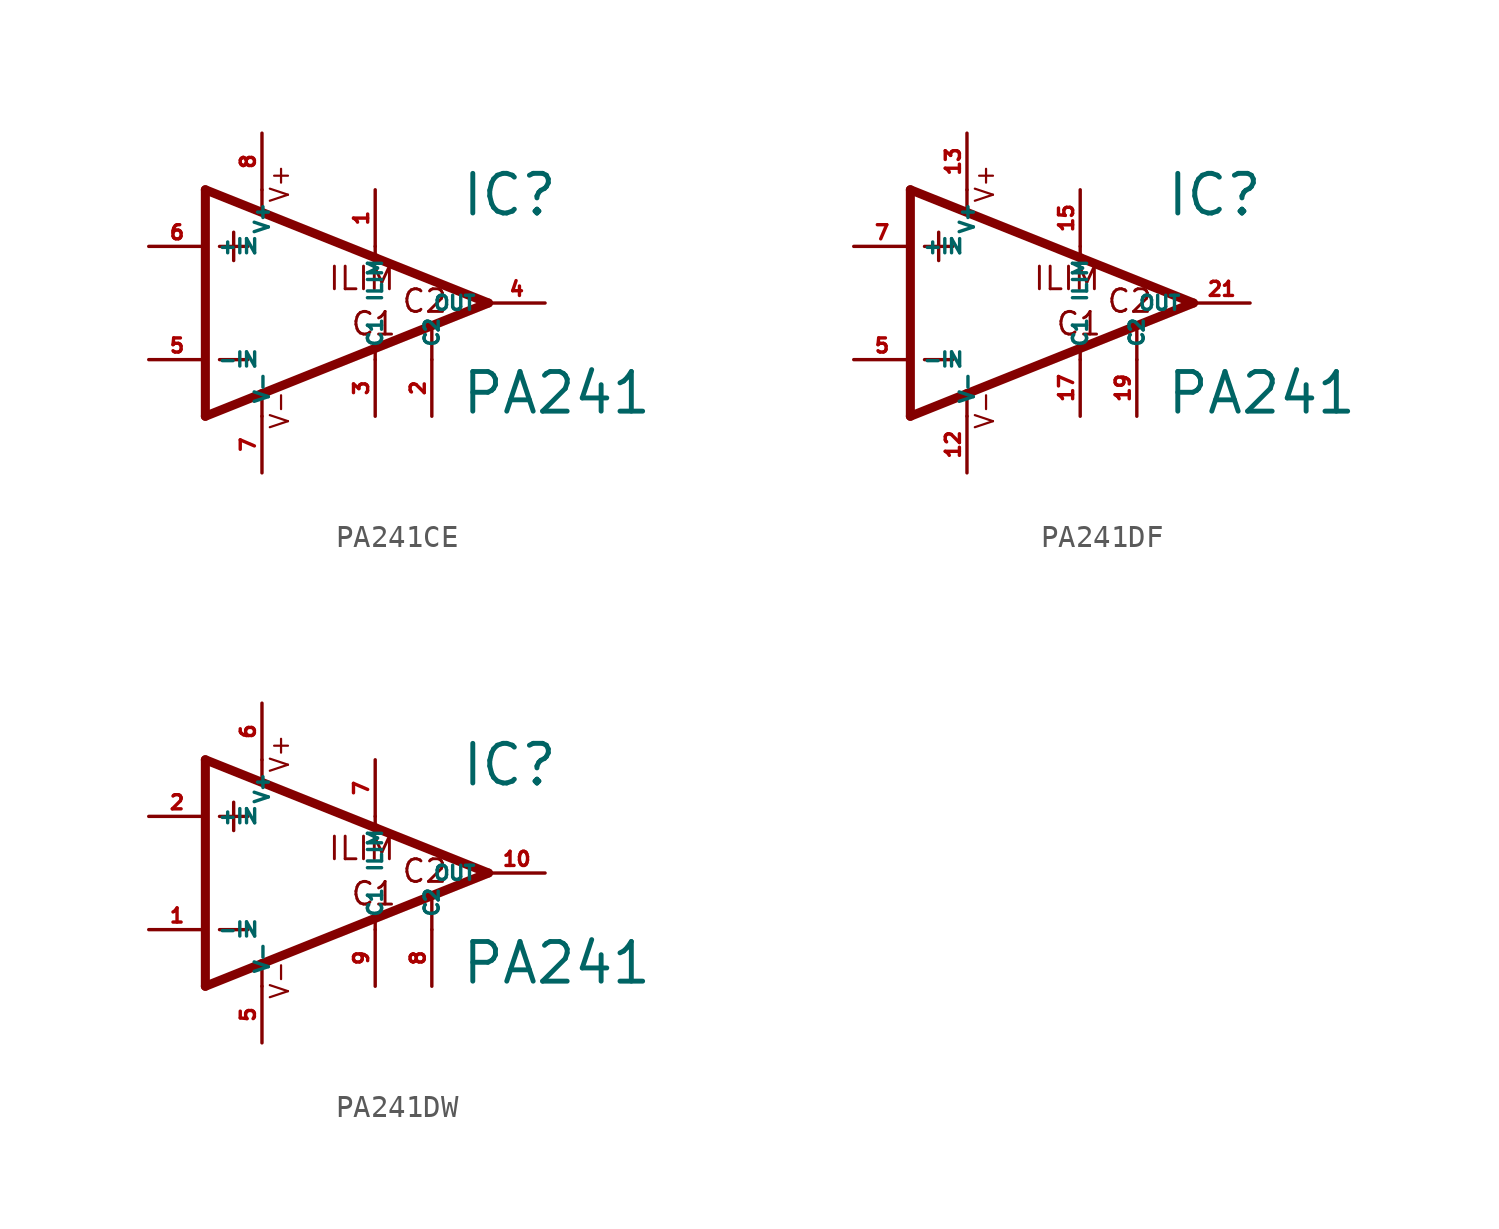
<source format=kicad_sym>
(kicad_symbol_lib
  (version 20220914)
  (generator Eagle2Kicad)
  (symbol "PA241CE"
    (property "Reference" "IC"
      (at 6.35 3.81 0)
      (effects (font (size 1.778 1.778) (thickness 0.22)) (justify left bottom)))
    (property "Value" "PA241"
      (at 6.35 -5.08 0)
      (effects (font (size 1.778 1.778) (thickness 0.22)) (justify left bottom)))
    (polyline
      (pts (xy -5.08 5.08) (xy -5.08 -5.08))
      (stroke (width 0.406) (type default))
      (fill (type none)))
    (polyline
      (pts (xy -5.08 -5.08) (xy -2.54 -4.064))
      (stroke (width 0.406) (type default))
      (fill (type none)))
    (polyline
      (pts (xy -2.54 -4.064) (xy 7.62 0))
      (stroke (width 0.406) (type default))
      (fill (type none)))
    (polyline
      (pts (xy 7.62 0) (xy 2.54 2.032))
      (stroke (width 0.406) (type default))
      (fill (type none)))
    (polyline
      (pts (xy 2.54 2.032) (xy -5.08 5.08))
      (stroke (width 0.406) (type default))
      (fill (type none)))
    (polyline
      (pts (xy -3.81 3.175) (xy -3.81 1.905))
      (stroke (width 0.152) (type default))
      (fill (type none)))
    (polyline
      (pts (xy -4.445 2.54) (xy -3.175 2.54))
      (stroke (width 0.152) (type default))
      (fill (type none)))
    (polyline
      (pts (xy -4.445 -2.54) (xy -3.175 -2.54))
      (stroke (width 0.152) (type default))
      (fill (type none)))
    (polyline
      (pts (xy 2.54 -2.159) (xy 2.54 -2.54))
      (stroke (width 0.152) (type default))
      (fill (type none)))
    (polyline
      (pts (xy -2.54 -5.08) (xy -2.54 -4.064))
      (stroke (width 0.152) (type default))
      (fill (type none)))
    (polyline
      (pts (xy 5.08 -2.54) (xy 5.08 -1.143))
      (stroke (width 0.152) (type default))
      (fill (type none)))
    (polyline
      (pts (xy 2.54 2.54) (xy 2.54 2.032))
      (stroke (width 0.152) (type default))
      (fill (type none)))
    (polyline
      (pts (xy -2.54 5.08) (xy -2.54 4.191))
      (stroke (width 0.152) (type default))
      (fill (type none)))
    (text "V+"
      (at -1.27 4.445 900)
      (effects (font (size 0.813 0.813) (thickness 0.10)) (justify left bottom)))
    (text "V-"
      (at -1.27 -5.715 900)
      (effects (font (size 0.813 0.813) (thickness 0.10)) (justify left bottom)))
    (text "ILIM"
      (at 0.381 0.508 0)
      (effects (font (size 1.016 1.016) (thickness 0.13)) (justify left bottom)))
    (text "C1"
      (at 1.397 -1.524 0)
      (effects (font (size 1.016 1.016) (thickness 0.13)) (justify left bottom)))
    (text "C2"
      (at 3.683 -0.508 0)
      (effects (font (size 1.016 1.016) (thickness 0.13)) (justify left bottom)))
    (pin input line
      (at -7.62 -2.54 0)
      (length 2.54)
      (name "-IN" (effects (font (size 0.635 0.635) (thickness 0.08)) (justify left bottom)))
      (number "5" (effects (font (size 0.635 0.635) (thickness 0.08)) (justify left bottom))))
    (pin input line
      (at -7.62 2.54 0)
      (length 2.54)
      (name "+IN" (effects (font (size 0.635 0.635) (thickness 0.08)) (justify left bottom)))
      (number "6" (effects (font (size 0.635 0.635) (thickness 0.08)) (justify left bottom))))
    (pin output line
      (at 10.16 0 180)
      (length 2.54)
      (name "OUT" (effects (font (size 0.635 0.635) (thickness 0.08)) (justify left bottom)))
      (number "4" (effects (font (size 0.635 0.635) (thickness 0.08)) (justify left bottom))))
    (pin unspecified line
      (at -2.54 7.62 270)
      (length 2.54)
      (name "V+" (effects (font (size 0.635 0.635) (thickness 0.08)) (justify left bottom)))
      (number "8" (effects (font (size 0.635 0.635) (thickness 0.08)) (justify left bottom))))
    (pin unspecified line
      (at -2.54 -7.62 90)
      (length 2.54)
      (name "V-" (effects (font (size 0.635 0.635) (thickness 0.08)) (justify left bottom)))
      (number "7" (effects (font (size 0.635 0.635) (thickness 0.08)) (justify left bottom))))
    (pin passive line
      (at 2.54 5.08 270)
      (length 2.54)
      (name "ILIM" (effects (font (size 0.635 0.635) (thickness 0.08)) (justify left bottom)))
      (number "1" (effects (font (size 0.635 0.635) (thickness 0.08)) (justify left bottom))))
    (pin passive line
      (at 2.54 -5.08 90)
      (length 2.54)
      (name "C1" (effects (font (size 0.635 0.635) (thickness 0.08)) (justify left bottom)))
      (number "3" (effects (font (size 0.635 0.635) (thickness 0.08)) (justify left bottom))))
    (pin passive line
      (at 5.08 -5.08 90)
      (length 2.54)
      (name "C2" (effects (font (size 0.635 0.635) (thickness 0.08)) (justify left bottom)))
      (number "2" (effects (font (size 0.635 0.635) (thickness 0.08)) (justify left bottom)))))
  (symbol "PA241DF"
    (property "Reference" "IC"
      (at 6.35 3.81 0)
      (effects (font (size 1.778 1.778) (thickness 0.22)) (justify left bottom)))
    (property "Value" "PA241"
      (at 6.35 -5.08 0)
      (effects (font (size 1.778 1.778) (thickness 0.22)) (justify left bottom)))
    (polyline
      (pts (xy -5.08 5.08) (xy -5.08 -5.08))
      (stroke (width 0.406) (type default))
      (fill (type none)))
    (polyline
      (pts (xy -5.08 -5.08) (xy -2.54 -4.064))
      (stroke (width 0.406) (type default))
      (fill (type none)))
    (polyline
      (pts (xy -2.54 -4.064) (xy 7.62 0))
      (stroke (width 0.406) (type default))
      (fill (type none)))
    (polyline
      (pts (xy 7.62 0) (xy 2.54 2.032))
      (stroke (width 0.406) (type default))
      (fill (type none)))
    (polyline
      (pts (xy 2.54 2.032) (xy -5.08 5.08))
      (stroke (width 0.406) (type default))
      (fill (type none)))
    (polyline
      (pts (xy -3.81 3.175) (xy -3.81 1.905))
      (stroke (width 0.152) (type default))
      (fill (type none)))
    (polyline
      (pts (xy -4.445 2.54) (xy -3.175 2.54))
      (stroke (width 0.152) (type default))
      (fill (type none)))
    (polyline
      (pts (xy -4.445 -2.54) (xy -3.175 -2.54))
      (stroke (width 0.152) (type default))
      (fill (type none)))
    (polyline
      (pts (xy 2.54 -2.159) (xy 2.54 -2.54))
      (stroke (width 0.152) (type default))
      (fill (type none)))
    (polyline
      (pts (xy -2.54 -5.08) (xy -2.54 -4.064))
      (stroke (width 0.152) (type default))
      (fill (type none)))
    (polyline
      (pts (xy 5.08 -2.54) (xy 5.08 -1.143))
      (stroke (width 0.152) (type default))
      (fill (type none)))
    (polyline
      (pts (xy 2.54 2.54) (xy 2.54 2.032))
      (stroke (width 0.152) (type default))
      (fill (type none)))
    (polyline
      (pts (xy -2.54 5.08) (xy -2.54 4.191))
      (stroke (width 0.152) (type default))
      (fill (type none)))
    (text "V+"
      (at -1.27 4.445 900)
      (effects (font (size 0.813 0.813) (thickness 0.10)) (justify left bottom)))
    (text "V-"
      (at -1.27 -5.715 900)
      (effects (font (size 0.813 0.813) (thickness 0.10)) (justify left bottom)))
    (text "ILIM"
      (at 0.381 0.508 0)
      (effects (font (size 1.016 1.016) (thickness 0.13)) (justify left bottom)))
    (text "C1"
      (at 1.397 -1.524 0)
      (effects (font (size 1.016 1.016) (thickness 0.13)) (justify left bottom)))
    (text "C2"
      (at 3.683 -0.508 0)
      (effects (font (size 1.016 1.016) (thickness 0.13)) (justify left bottom)))
    (pin input line
      (at -7.62 -2.54 0)
      (length 2.54)
      (name "-IN" (effects (font (size 0.635 0.635) (thickness 0.08)) (justify left bottom)))
      (number "5" (effects (font (size 0.635 0.635) (thickness 0.08)) (justify left bottom))))
    (pin input line
      (at -7.62 2.54 0)
      (length 2.54)
      (name "+IN" (effects (font (size 0.635 0.635) (thickness 0.08)) (justify left bottom)))
      (number "7" (effects (font (size 0.635 0.635) (thickness 0.08)) (justify left bottom))))
    (pin output line
      (at 10.16 0 180)
      (length 2.54)
      (name "OUT" (effects (font (size 0.635 0.635) (thickness 0.08)) (justify left bottom)))
      (number "21" (effects (font (size 0.635 0.635) (thickness 0.08)) (justify left bottom))))
    (pin unspecified line
      (at -2.54 7.62 270)
      (length 2.54)
      (name "V+" (effects (font (size 0.635 0.635) (thickness 0.08)) (justify left bottom)))
      (number "13" (effects (font (size 0.635 0.635) (thickness 0.08)) (justify left bottom))))
    (pin unspecified line
      (at -2.54 -7.62 90)
      (length 2.54)
      (name "V-" (effects (font (size 0.635 0.635) (thickness 0.08)) (justify left bottom)))
      (number "12" (effects (font (size 0.635 0.635) (thickness 0.08)) (justify left bottom))))
    (pin passive line
      (at 2.54 5.08 270)
      (length 2.54)
      (name "ILIM" (effects (font (size 0.635 0.635) (thickness 0.08)) (justify left bottom)))
      (number "15" (effects (font (size 0.635 0.635) (thickness 0.08)) (justify left bottom))))
    (pin passive line
      (at 2.54 -5.08 90)
      (length 2.54)
      (name "C1" (effects (font (size 0.635 0.635) (thickness 0.08)) (justify left bottom)))
      (number "17" (effects (font (size 0.635 0.635) (thickness 0.08)) (justify left bottom))))
    (pin passive line
      (at 5.08 -5.08 90)
      (length 2.54)
      (name "C2" (effects (font (size 0.635 0.635) (thickness 0.08)) (justify left bottom)))
      (number "19" (effects (font (size 0.635 0.635) (thickness 0.08)) (justify left bottom)))))
  (symbol "PA241DW"
    (property "Reference" "IC"
      (at 6.35 3.81 0)
      (effects (font (size 1.778 1.778) (thickness 0.22)) (justify left bottom)))
    (property "Value" "PA241"
      (at 6.35 -5.08 0)
      (effects (font (size 1.778 1.778) (thickness 0.22)) (justify left bottom)))
    (polyline
      (pts (xy -5.08 5.08) (xy -5.08 -5.08))
      (stroke (width 0.406) (type default))
      (fill (type none)))
    (polyline
      (pts (xy -5.08 -5.08) (xy -2.54 -4.064))
      (stroke (width 0.406) (type default))
      (fill (type none)))
    (polyline
      (pts (xy -2.54 -4.064) (xy 7.62 0))
      (stroke (width 0.406) (type default))
      (fill (type none)))
    (polyline
      (pts (xy 7.62 0) (xy 2.54 2.032))
      (stroke (width 0.406) (type default))
      (fill (type none)))
    (polyline
      (pts (xy 2.54 2.032) (xy -5.08 5.08))
      (stroke (width 0.406) (type default))
      (fill (type none)))
    (polyline
      (pts (xy -3.81 3.175) (xy -3.81 1.905))
      (stroke (width 0.152) (type default))
      (fill (type none)))
    (polyline
      (pts (xy -4.445 2.54) (xy -3.175 2.54))
      (stroke (width 0.152) (type default))
      (fill (type none)))
    (polyline
      (pts (xy -4.445 -2.54) (xy -3.175 -2.54))
      (stroke (width 0.152) (type default))
      (fill (type none)))
    (polyline
      (pts (xy 2.54 -2.159) (xy 2.54 -2.54))
      (stroke (width 0.152) (type default))
      (fill (type none)))
    (polyline
      (pts (xy -2.54 -5.08) (xy -2.54 -4.064))
      (stroke (width 0.152) (type default))
      (fill (type none)))
    (polyline
      (pts (xy 5.08 -2.54) (xy 5.08 -1.143))
      (stroke (width 0.152) (type default))
      (fill (type none)))
    (polyline
      (pts (xy 2.54 2.54) (xy 2.54 2.032))
      (stroke (width 0.152) (type default))
      (fill (type none)))
    (polyline
      (pts (xy -2.54 5.08) (xy -2.54 4.191))
      (stroke (width 0.152) (type default))
      (fill (type none)))
    (text "V+"
      (at -1.27 4.445 900)
      (effects (font (size 0.813 0.813) (thickness 0.10)) (justify left bottom)))
    (text "V-"
      (at -1.27 -5.715 900)
      (effects (font (size 0.813 0.813) (thickness 0.10)) (justify left bottom)))
    (text "ILIM"
      (at 0.381 0.508 0)
      (effects (font (size 1.016 1.016) (thickness 0.13)) (justify left bottom)))
    (text "C1"
      (at 1.397 -1.524 0)
      (effects (font (size 1.016 1.016) (thickness 0.13)) (justify left bottom)))
    (text "C2"
      (at 3.683 -0.508 0)
      (effects (font (size 1.016 1.016) (thickness 0.13)) (justify left bottom)))
    (pin input line
      (at -7.62 -2.54 0)
      (length 2.54)
      (name "-IN" (effects (font (size 0.635 0.635) (thickness 0.08)) (justify left bottom)))
      (number "1" (effects (font (size 0.635 0.635) (thickness 0.08)) (justify left bottom))))
    (pin input line
      (at -7.62 2.54 0)
      (length 2.54)
      (name "+IN" (effects (font (size 0.635 0.635) (thickness 0.08)) (justify left bottom)))
      (number "2" (effects (font (size 0.635 0.635) (thickness 0.08)) (justify left bottom))))
    (pin output line
      (at 10.16 0 180)
      (length 2.54)
      (name "OUT" (effects (font (size 0.635 0.635) (thickness 0.08)) (justify left bottom)))
      (number "10" (effects (font (size 0.635 0.635) (thickness 0.08)) (justify left bottom))))
    (pin unspecified line
      (at -2.54 7.62 270)
      (length 2.54)
      (name "V+" (effects (font (size 0.635 0.635) (thickness 0.08)) (justify left bottom)))
      (number "6" (effects (font (size 0.635 0.635) (thickness 0.08)) (justify left bottom))))
    (pin unspecified line
      (at -2.54 -7.62 90)
      (length 2.54)
      (name "V-" (effects (font (size 0.635 0.635) (thickness 0.08)) (justify left bottom)))
      (number "5" (effects (font (size 0.635 0.635) (thickness 0.08)) (justify left bottom))))
    (pin passive line
      (at 2.54 5.08 270)
      (length 2.54)
      (name "ILIM" (effects (font (size 0.635 0.635) (thickness 0.08)) (justify left bottom)))
      (number "7" (effects (font (size 0.635 0.635) (thickness 0.08)) (justify left bottom))))
    (pin passive line
      (at 2.54 -5.08 90)
      (length 2.54)
      (name "C1" (effects (font (size 0.635 0.635) (thickness 0.08)) (justify left bottom)))
      (number "9" (effects (font (size 0.635 0.635) (thickness 0.08)) (justify left bottom))))
    (pin passive line
      (at 5.08 -5.08 90)
      (length 2.54)
      (name "C2" (effects (font (size 0.635 0.635) (thickness 0.08)) (justify left bottom)))
      (number "8" (effects (font (size 0.635 0.635) (thickness 0.08)) (justify left bottom))))))
</source>
